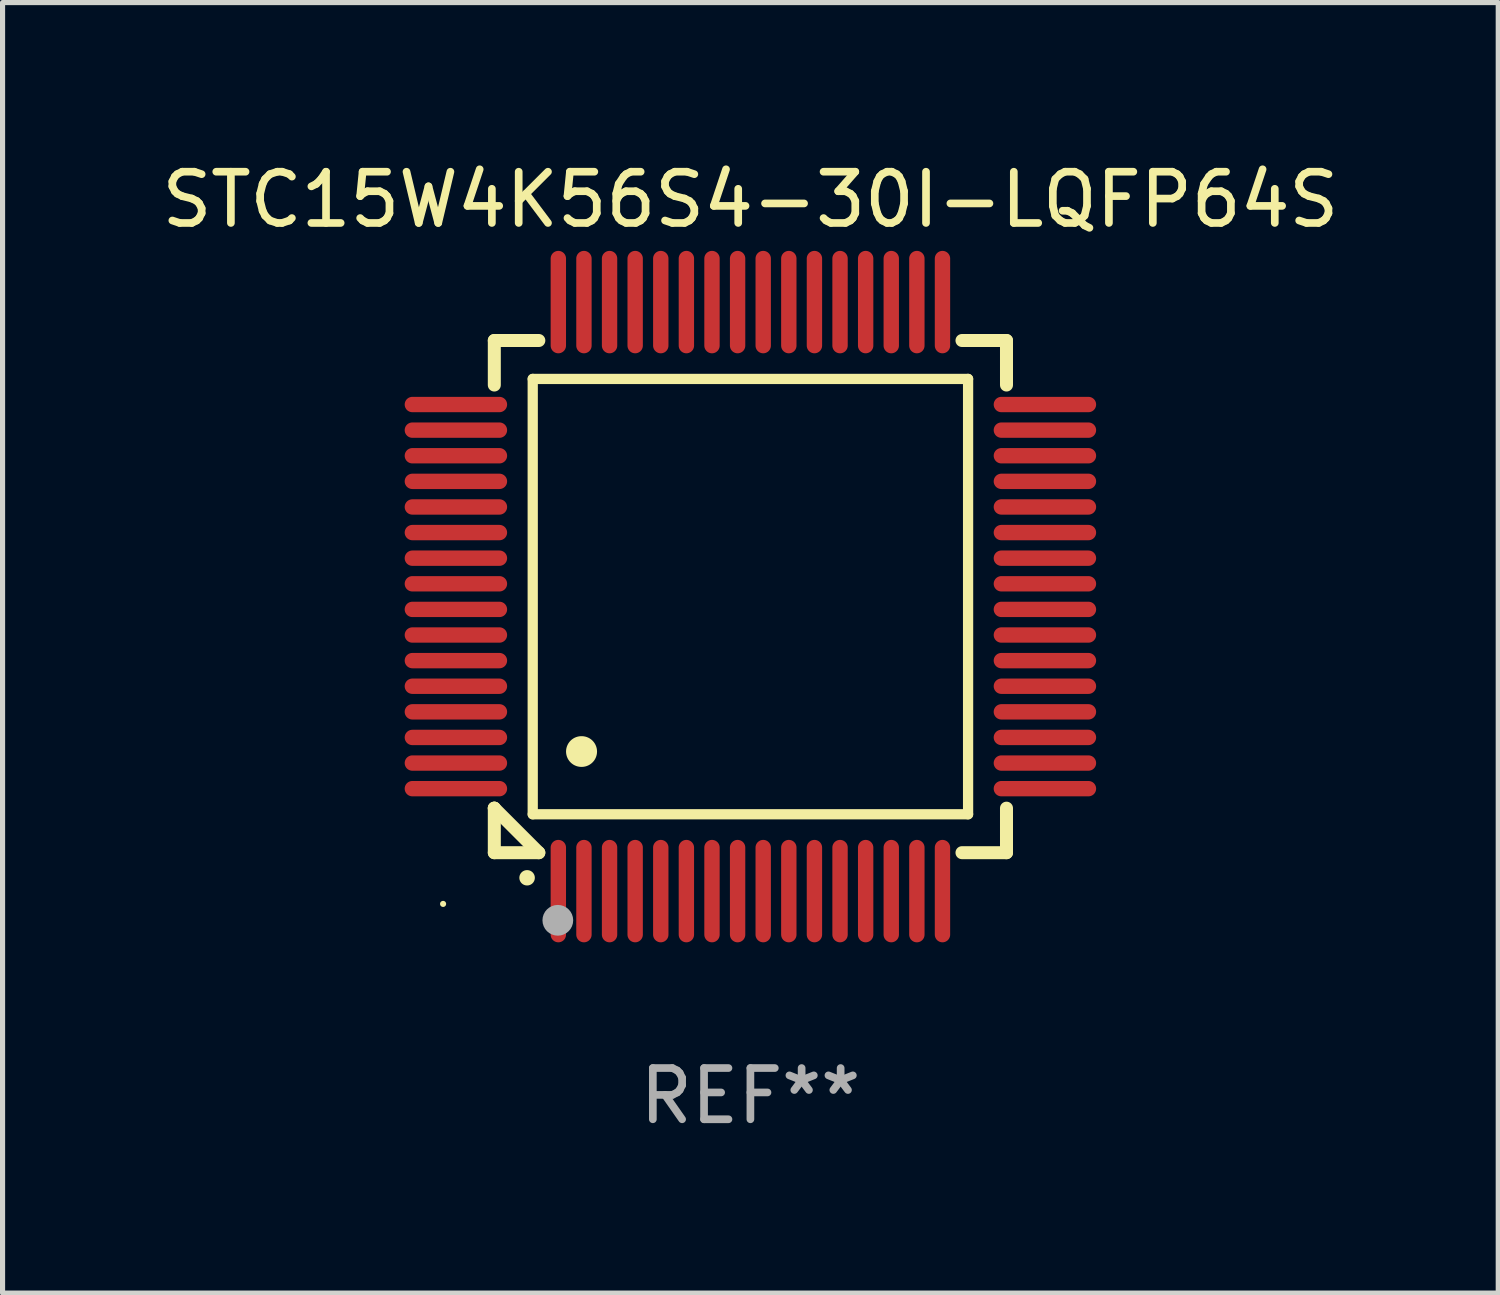
<source format=kicad_pcb>
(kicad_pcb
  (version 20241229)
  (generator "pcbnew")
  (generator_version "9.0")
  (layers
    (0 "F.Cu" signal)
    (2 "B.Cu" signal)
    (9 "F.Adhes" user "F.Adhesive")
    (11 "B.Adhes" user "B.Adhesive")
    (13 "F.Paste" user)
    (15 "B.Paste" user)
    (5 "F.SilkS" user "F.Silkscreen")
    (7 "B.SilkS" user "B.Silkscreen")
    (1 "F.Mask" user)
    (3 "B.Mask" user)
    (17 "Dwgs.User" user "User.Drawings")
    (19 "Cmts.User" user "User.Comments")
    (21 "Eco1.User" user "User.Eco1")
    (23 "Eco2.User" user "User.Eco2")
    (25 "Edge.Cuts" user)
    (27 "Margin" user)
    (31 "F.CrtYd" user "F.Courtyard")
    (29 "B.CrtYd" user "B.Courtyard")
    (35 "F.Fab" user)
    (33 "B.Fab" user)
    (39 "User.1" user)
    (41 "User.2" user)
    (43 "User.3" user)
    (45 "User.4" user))
  (footprint "STC15W4K56S4-30I-LQFP64S"
    (layer "F.Cu")
    (at 11.601 8.598)
    (property "Reference" "STC15W4K56S4-30I-LQFP64S" (at 0 -7.75 0) (layer "F.SilkS") (effects (font (size 1 1) (thickness 0.15))))
    (attr through_hole)
    (fp_line (start -5 -5) (end -4.131 -5) (stroke (width 0.254) (type solid)) (layer "F.SilkS"))
    (fp_line (start -5 -4.131) (end -5 -5) (stroke (width 0.254) (type solid)) (layer "F.SilkS"))
    (fp_line (start -5 4.131) (end -5 4.131) (stroke (width 0.254) (type solid)) (layer "F.SilkS"))
    (fp_line (start -5 5) (end -5 4.131) (stroke (width 0.254) (type solid)) (layer "F.SilkS"))
    (fp_line (start -5 4.131) (end -4.131 5) (stroke (width 0.254) (type solid)) (layer "F.SilkS"))
    (fp_line (start -4.25 -4.25) (end -4.25 4.25) (stroke (width 0.2) (type solid)) (layer "F.SilkS"))
    (fp_line (start -4.25 4.25) (end 4.25 4.25) (stroke (width 0.2) (type solid)) (layer "F.SilkS"))
    (fp_line (start -4.131 5) (end -5 5) (stroke (width 0.254) (type solid)) (layer "F.SilkS"))
    (fp_line (start 4.25 -4.25) (end -4.25 -4.25) (stroke (width 0.2) (type solid)) (layer "F.SilkS"))
    (fp_line (start 4.25 4.25) (end 4.25 -4.25) (stroke (width 0.2) (type solid)) (layer "F.SilkS"))
    (fp_line (start 5 -5) (end 4.131 -5) (stroke (width 0.254) (type solid)) (layer "F.SilkS"))
    (fp_line (start 5 -5) (end 5 -4.131) (stroke (width 0.254) (type solid)) (layer "F.SilkS"))
    (fp_line (start 5 4.131) (end 5 5) (stroke (width 0.254) (type solid)) (layer "F.SilkS"))
    (fp_line (start 5 5) (end 4.131 5) (stroke (width 0.254) (type solid)) (layer "F.SilkS"))
    (fp_arc (start -4.361265 5.489992) (mid -4.359995 5.489987) (end -4.358725 5.489992) (stroke (width 0.3) (type solid)) (layer "F.SilkS"))
    (fp_arc (start -3.299467 3.025146) (mid -3.296927 3.025135) (end -3.294387 3.025146) (stroke (width 0.6) (type solid)) (layer "F.SilkS"))
    (fp_circle (center -6 6) (end -5.97 6) (stroke (width 0.06) (type solid)) (fill no) (layer "F.SilkS"))
    (fp_circle (center -3.76 6.32) (end -3.61 6.32) (stroke (width 0.3) (type solid)) (fill no) (layer "F.Fab"))
    (fp_text user "REF**" (at 0 9.75 0) (layer "F.Fab") (effects (font (size 1 1) (thickness 0.15))))
    (pad "1" smd oval (at -3.75 5.75) (size 0.3 2) (layers "F.Cu" "F.Mask" "F.Paste"))
    (pad "2" smd oval (at -3.25 5.75) (size 0.3 2) (layers "F.Cu" "F.Mask" "F.Paste"))
    (pad "3" smd oval (at -2.75 5.75) (size 0.3 2) (layers "F.Cu" "F.Mask" "F.Paste"))
    (pad "4" smd oval (at -2.25 5.75) (size 0.3 2) (layers "F.Cu" "F.Mask" "F.Paste"))
    (pad "5" smd oval (at -1.75 5.75) (size 0.3 2) (layers "F.Cu" "F.Mask" "F.Paste"))
    (pad "6" smd oval (at -1.25 5.75) (size 0.3 2) (layers "F.Cu" "F.Mask" "F.Paste"))
    (pad "7" smd oval (at -0.75 5.75) (size 0.3 2) (layers "F.Cu" "F.Mask" "F.Paste"))
    (pad "8" smd oval (at -0.25 5.75) (size 0.3 2) (layers "F.Cu" "F.Mask" "F.Paste"))
    (pad "9" smd oval (at 0.25 5.75) (size 0.3 2) (layers "F.Cu" "F.Mask" "F.Paste"))
    (pad "10" smd oval (at 0.75 5.75) (size 0.3 2) (layers "F.Cu" "F.Mask" "F.Paste"))
    (pad "11" smd oval (at 1.25 5.75) (size 0.3 2) (layers "F.Cu" "F.Mask" "F.Paste"))
    (pad "12" smd oval (at 1.75 5.75) (size 0.3 2) (layers "F.Cu" "F.Mask" "F.Paste"))
    (pad "13" smd oval (at 2.25 5.75) (size 0.3 2) (layers "F.Cu" "F.Mask" "F.Paste"))
    (pad "14" smd oval (at 2.75 5.75) (size 0.3 2) (layers "F.Cu" "F.Mask" "F.Paste"))
    (pad "15" smd oval (at 3.25 5.75) (size 0.3 2) (layers "F.Cu" "F.Mask" "F.Paste"))
    (pad "16" smd oval (at 3.75 5.75) (size 0.3 2) (layers "F.Cu" "F.Mask" "F.Paste"))
    (pad "17" smd oval (at 5.75 3.75) (size 2 0.3) (layers "F.Cu" "F.Mask" "F.Paste"))
    (pad "18" smd oval (at 5.75 3.25) (size 2 0.3) (layers "F.Cu" "F.Mask" "F.Paste"))
    (pad "19" smd oval (at 5.75 2.75) (size 2 0.3) (layers "F.Cu" "F.Mask" "F.Paste"))
    (pad "20" smd oval (at 5.75 2.25) (size 2 0.3) (layers "F.Cu" "F.Mask" "F.Paste"))
    (pad "21" smd oval (at 5.75 1.75) (size 2 0.3) (layers "F.Cu" "F.Mask" "F.Paste"))
    (pad "22" smd oval (at 5.75 1.25) (size 2 0.3) (layers "F.Cu" "F.Mask" "F.Paste"))
    (pad "23" smd oval (at 5.75 0.75) (size 2 0.3) (layers "F.Cu" "F.Mask" "F.Paste"))
    (pad "24" smd oval (at 5.75 0.25) (size 2 0.3) (layers "F.Cu" "F.Mask" "F.Paste"))
    (pad "25" smd oval (at 5.75 -0.25) (size 2 0.3) (layers "F.Cu" "F.Mask" "F.Paste"))
    (pad "26" smd oval (at 5.75 -0.75) (size 2 0.3) (layers "F.Cu" "F.Mask" "F.Paste"))
    (pad "27" smd oval (at 5.75 -1.25) (size 2 0.3) (layers "F.Cu" "F.Mask" "F.Paste"))
    (pad "28" smd oval (at 5.75 -1.75) (size 2 0.3) (layers "F.Cu" "F.Mask" "F.Paste"))
    (pad "29" smd oval (at 5.75 -2.25) (size 2 0.3) (layers "F.Cu" "F.Mask" "F.Paste"))
    (pad "30" smd oval (at 5.75 -2.75) (size 2 0.3) (layers "F.Cu" "F.Mask" "F.Paste"))
    (pad "31" smd oval (at 5.75 -3.25) (size 2 0.3) (layers "F.Cu" "F.Mask" "F.Paste"))
    (pad "32" smd oval (at 5.75 -3.75) (size 2 0.3) (layers "F.Cu" "F.Mask" "F.Paste"))
    (pad "33" smd oval (at 3.75 -5.75) (size 0.3 2) (layers "F.Cu" "F.Mask" "F.Paste"))
    (pad "34" smd oval (at 3.25 -5.75) (size 0.3 2) (layers "F.Cu" "F.Mask" "F.Paste"))
    (pad "35" smd oval (at 2.75 -5.75) (size 0.3 2) (layers "F.Cu" "F.Mask" "F.Paste"))
    (pad "36" smd oval (at 2.25 -5.75) (size 0.3 2) (layers "F.Cu" "F.Mask" "F.Paste"))
    (pad "37" smd oval (at 1.75 -5.75) (size 0.3 2) (layers "F.Cu" "F.Mask" "F.Paste"))
    (pad "38" smd oval (at 1.25 -5.75) (size 0.3 2) (layers "F.Cu" "F.Mask" "F.Paste"))
    (pad "39" smd oval (at 0.75 -5.75) (size 0.3 2) (layers "F.Cu" "F.Mask" "F.Paste"))
    (pad "40" smd oval (at 0.25 -5.75) (size 0.3 2) (layers "F.Cu" "F.Mask" "F.Paste"))
    (pad "41" smd oval (at -0.25 -5.75) (size 0.3 2) (layers "F.Cu" "F.Mask" "F.Paste"))
    (pad "42" smd oval (at -0.75 -5.75) (size 0.3 2) (layers "F.Cu" "F.Mask" "F.Paste"))
    (pad "43" smd oval (at -1.25 -5.75) (size 0.3 2) (layers "F.Cu" "F.Mask" "F.Paste"))
    (pad "44" smd oval (at -1.75 -5.75) (size 0.3 2) (layers "F.Cu" "F.Mask" "F.Paste"))
    (pad "45" smd oval (at -2.25 -5.75) (size 0.3 2) (layers "F.Cu" "F.Mask" "F.Paste"))
    (pad "46" smd oval (at -2.75 -5.75) (size 0.3 2) (layers "F.Cu" "F.Mask" "F.Paste"))
    (pad "47" smd oval (at -3.25 -5.75) (size 0.3 2) (layers "F.Cu" "F.Mask" "F.Paste"))
    (pad "48" smd oval (at -3.75 -5.75) (size 0.3 2) (layers "F.Cu" "F.Mask" "F.Paste"))
    (pad "49" smd oval (at -5.75 -3.75) (size 2 0.3) (layers "F.Cu" "F.Mask" "F.Paste"))
    (pad "50" smd oval (at -5.75 -3.25) (size 2 0.3) (layers "F.Cu" "F.Mask" "F.Paste"))
    (pad "51" smd oval (at -5.75 -2.75) (size 2 0.3) (layers "F.Cu" "F.Mask" "F.Paste"))
    (pad "52" smd oval (at -5.75 -2.25) (size 2 0.3) (layers "F.Cu" "F.Mask" "F.Paste"))
    (pad "53" smd oval (at -5.75 -1.75) (size 2 0.3) (layers "F.Cu" "F.Mask" "F.Paste"))
    (pad "54" smd oval (at -5.75 -1.25) (size 2 0.3) (layers "F.Cu" "F.Mask" "F.Paste"))
    (pad "55" smd oval (at -5.75 -0.75) (size 2 0.3) (layers "F.Cu" "F.Mask" "F.Paste"))
    (pad "56" smd oval (at -5.75 -0.25) (size 2 0.3) (layers "F.Cu" "F.Mask" "F.Paste"))
    (pad "57" smd oval (at -5.75 0.25) (size 2 0.3) (layers "F.Cu" "F.Mask" "F.Paste"))
    (pad "58" smd oval (at -5.75 0.75) (size 2 0.3) (layers "F.Cu" "F.Mask" "F.Paste"))
    (pad "59" smd oval (at -5.75 1.25) (size 2 0.3) (layers "F.Cu" "F.Mask" "F.Paste"))
    (pad "60" smd oval (at -5.75 1.75) (size 2 0.3) (layers "F.Cu" "F.Mask" "F.Paste"))
    (pad "61" smd oval (at -5.75 2.25) (size 2 0.3) (layers "F.Cu" "F.Mask" "F.Paste"))
    (pad "62" smd oval (at -5.75 2.75) (size 2 0.3) (layers "F.Cu" "F.Mask" "F.Paste"))
    (pad "63" smd oval (at -5.75 3.25) (size 2 0.3) (layers "F.Cu" "F.Mask" "F.Paste"))
    (pad "64" smd oval (at -5.75 3.75) (size 2 0.3) (layers "F.Cu" "F.Mask" "F.Paste")))
  (gr_rect
    (start -3 -3)
    (end 26.202 22.196)
    (stroke (width 0.1) (type default))
    (fill no)
    (layer "Edge.Cuts")))
</source>
